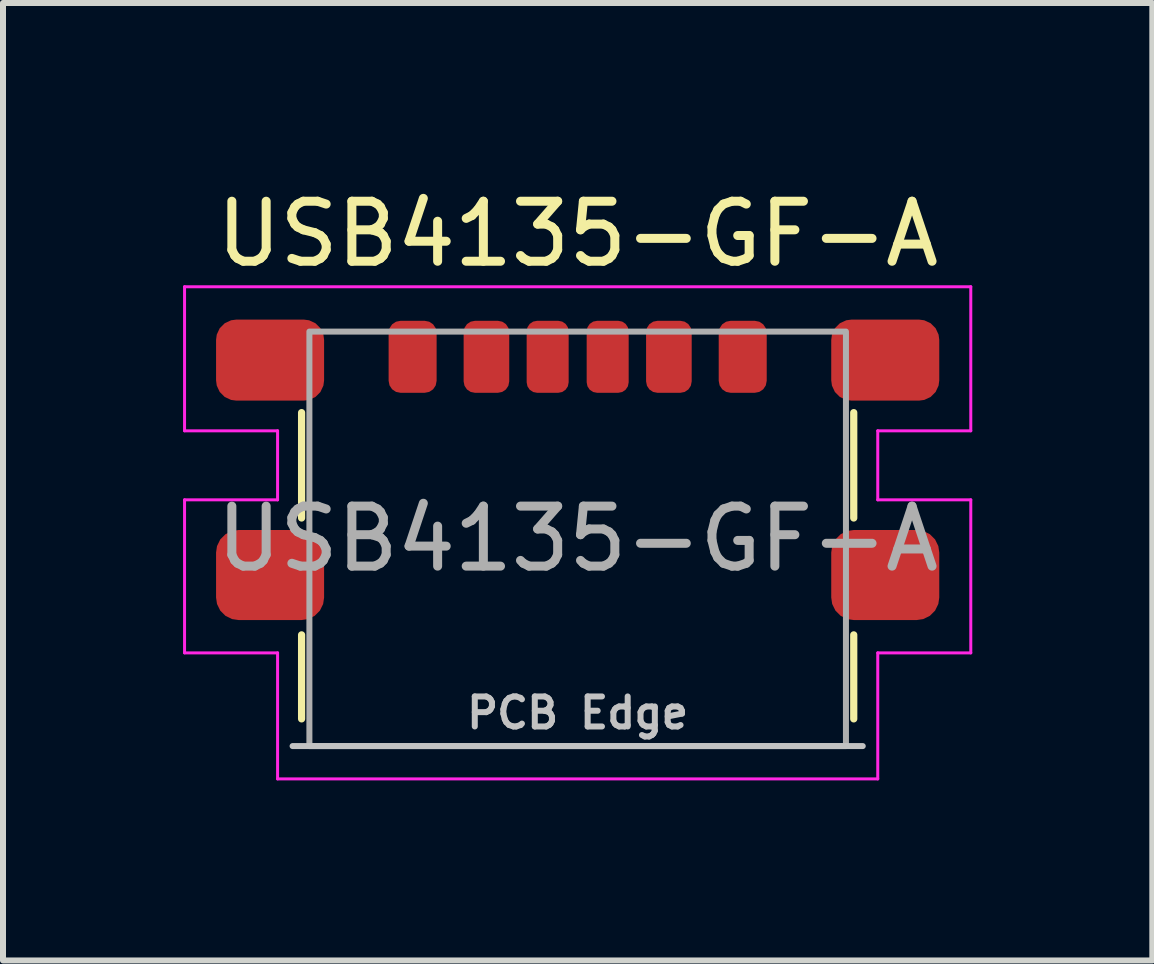
<source format=kicad_pcb>
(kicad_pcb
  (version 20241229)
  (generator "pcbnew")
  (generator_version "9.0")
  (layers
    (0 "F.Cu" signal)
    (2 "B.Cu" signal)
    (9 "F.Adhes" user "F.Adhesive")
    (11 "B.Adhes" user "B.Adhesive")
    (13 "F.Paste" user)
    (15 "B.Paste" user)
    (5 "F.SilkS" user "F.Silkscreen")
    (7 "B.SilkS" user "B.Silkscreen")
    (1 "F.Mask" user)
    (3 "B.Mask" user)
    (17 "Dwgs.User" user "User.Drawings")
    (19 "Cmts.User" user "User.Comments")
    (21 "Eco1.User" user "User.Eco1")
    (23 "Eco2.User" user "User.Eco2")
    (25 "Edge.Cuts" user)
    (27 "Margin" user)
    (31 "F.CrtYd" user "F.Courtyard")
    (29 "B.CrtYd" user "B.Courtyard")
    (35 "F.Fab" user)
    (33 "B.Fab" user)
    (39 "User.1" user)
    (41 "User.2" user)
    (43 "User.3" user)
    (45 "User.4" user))
  (footprint "USB4135-GF-A"
    (layer "F.Cu")
    (at 6.575 5.928)
    (property "Reference" "USB4135-GF-A" (at 0 -5.08 0) (unlocked yes) (layer "F.SilkS") (effects (font (size 1 1) (thickness 0.15))))
    (attr smd)
    (fp_line (start -4.6 -2.103) (end -4.6 -0.347) (stroke (width 0.12) (type solid)) (layer "F.SilkS"))
    (fp_line (start -4.6 1.6) (end -4.6 3) (stroke (width 0.12) (type solid)) (layer "F.SilkS"))
    (fp_line (start 4.6 -2.103) (end 4.6 -0.347) (stroke (width 0.12) (type solid)) (layer "F.SilkS"))
    (fp_line (start 4.6 1.6) (end 4.6 3) (stroke (width 0.12) (type solid)) (layer "F.SilkS"))
    (fp_line (start -4.75 3.453) (end 4.75 3.453) (stroke (width 0.1) (type solid)) (layer "Dwgs.User"))
    (fp_line (start -6.55 -4.2) (end -6.55 -1.8) (stroke (width 0.05) (type solid)) (layer "F.CrtYd"))
    (fp_line (start -6.55 -1.8) (end -5 -1.8) (stroke (width 0.05) (type solid)) (layer "F.CrtYd"))
    (fp_line (start -6.55 -0.65) (end -6.55 1.9) (stroke (width 0.05) (type solid)) (layer "F.CrtYd"))
    (fp_line (start -5 -1.8) (end -5 -0.65) (stroke (width 0.05) (type solid)) (layer "F.CrtYd"))
    (fp_line (start -5 -0.65) (end -6.55 -0.65) (stroke (width 0.05) (type solid)) (layer "F.CrtYd"))
    (fp_line (start -5 1.9) (end -6.55 1.9) (stroke (width 0.05) (type solid)) (layer "F.CrtYd"))
    (fp_line (start -5 1.9) (end -5 4) (stroke (width 0.05) (type solid)) (layer "F.CrtYd"))
    (fp_line (start -5 4) (end 5 4) (stroke (width 0.05) (type solid)) (layer "F.CrtYd"))
    (fp_line (start 5 -1.8) (end 5 -0.65) (stroke (width 0.05) (type solid)) (layer "F.CrtYd"))
    (fp_line (start 5 -1.8) (end 6.55 -1.8) (stroke (width 0.05) (type solid)) (layer "F.CrtYd"))
    (fp_line (start 5 1.9) (end 5 4) (stroke (width 0.05) (type solid)) (layer "F.CrtYd"))
    (fp_line (start 6.55 -4.2) (end -6.55 -4.2) (stroke (width 0.05) (type solid)) (layer "F.CrtYd"))
    (fp_line (start 6.55 -4.2) (end 6.55 -1.8) (stroke (width 0.05) (type solid)) (layer "F.CrtYd"))
    (fp_line (start 6.55 -0.65) (end 5 -0.65) (stroke (width 0.05) (type solid)) (layer "F.CrtYd"))
    (fp_line (start 6.55 -0.65) (end 6.55 1.9) (stroke (width 0.05) (type solid)) (layer "F.CrtYd"))
    (fp_line (start 6.55 1.9) (end 5 1.9) (stroke (width 0.05) (type solid)) (layer "F.CrtYd"))
    (fp_rect (start -4.47 -3.453) (end 4.47 3.453) (stroke (width 0.1) (type solid)) (fill no) (layer "F.Fab"))
    (fp_text user "PCB Edge" (at 0 2.9 0) (unlocked yes) (layer "Dwgs.User") (effects (font (size 0.5 0.5) (thickness 0.1))))
    (fp_text user "${REFERENCE}" (at 0 0 0) (unlocked yes) (layer "F.Fab") (effects (font (size 1 1) (thickness 0.15))))
    (pad "A5" smd roundrect (at -0.5 -3.033) (size 0.7 1.2) (layers "F.Cu" "F.Mask" "F.Paste") (roundrect_rratio 0.25))
    (pad "A9" smd roundrect (at 1.52 -3.033 180) (size 0.76 1.2) (layers "F.Cu" "F.Mask" "F.Paste") (roundrect_rratio 0.25))
    (pad "A12" smd roundrect (at 2.75 -3.033 180) (size 0.8 1.2) (layers "F.Cu" "F.Mask" "F.Paste") (roundrect_rratio 0.25))
    (pad "B5" smd roundrect (at 0.5 -3.033 180) (size 0.7 1.2) (layers "F.Cu" "F.Mask" "F.Paste") (roundrect_rratio 0.25))
    (pad "B9" smd roundrect (at -1.52 -3.033) (size 0.76 1.2) (layers "F.Cu" "F.Mask" "F.Paste") (roundrect_rratio 0.25))
    (pad "B12" smd roundrect (at -2.75 -3.033) (size 0.8 1.2) (layers "F.Cu" "F.Mask" "F.Paste") (roundrect_rratio 0.25))
    (pad "S1" smd roundrect (at -5.125 -2.978) (size 1.8 1.35) (layers "F.Cu" "F.Mask" "F.Paste") (roundrect_rratio 0.25))
    (pad "S1" smd roundrect (at -5.125 0.603) (size 1.8 1.5) (layers "F.Cu" "F.Mask" "F.Paste") (roundrect_rratio 0.25))
    (pad "S1" smd roundrect (at 5.125 -2.978) (size 1.8 1.35) (layers "F.Cu" "F.Mask" "F.Paste") (roundrect_rratio 0.25))
    (pad "S1" smd roundrect (at 5.125 0.603) (size 1.8 1.5) (layers "F.Cu" "F.Mask" "F.Paste") (roundrect_rratio 0.25)))
  (gr_rect
    (start -3 -3)
    (end 16.15 12.953)
    (stroke (width 0.1) (type default))
    (fill no)
    (layer "Edge.Cuts")))
</source>
